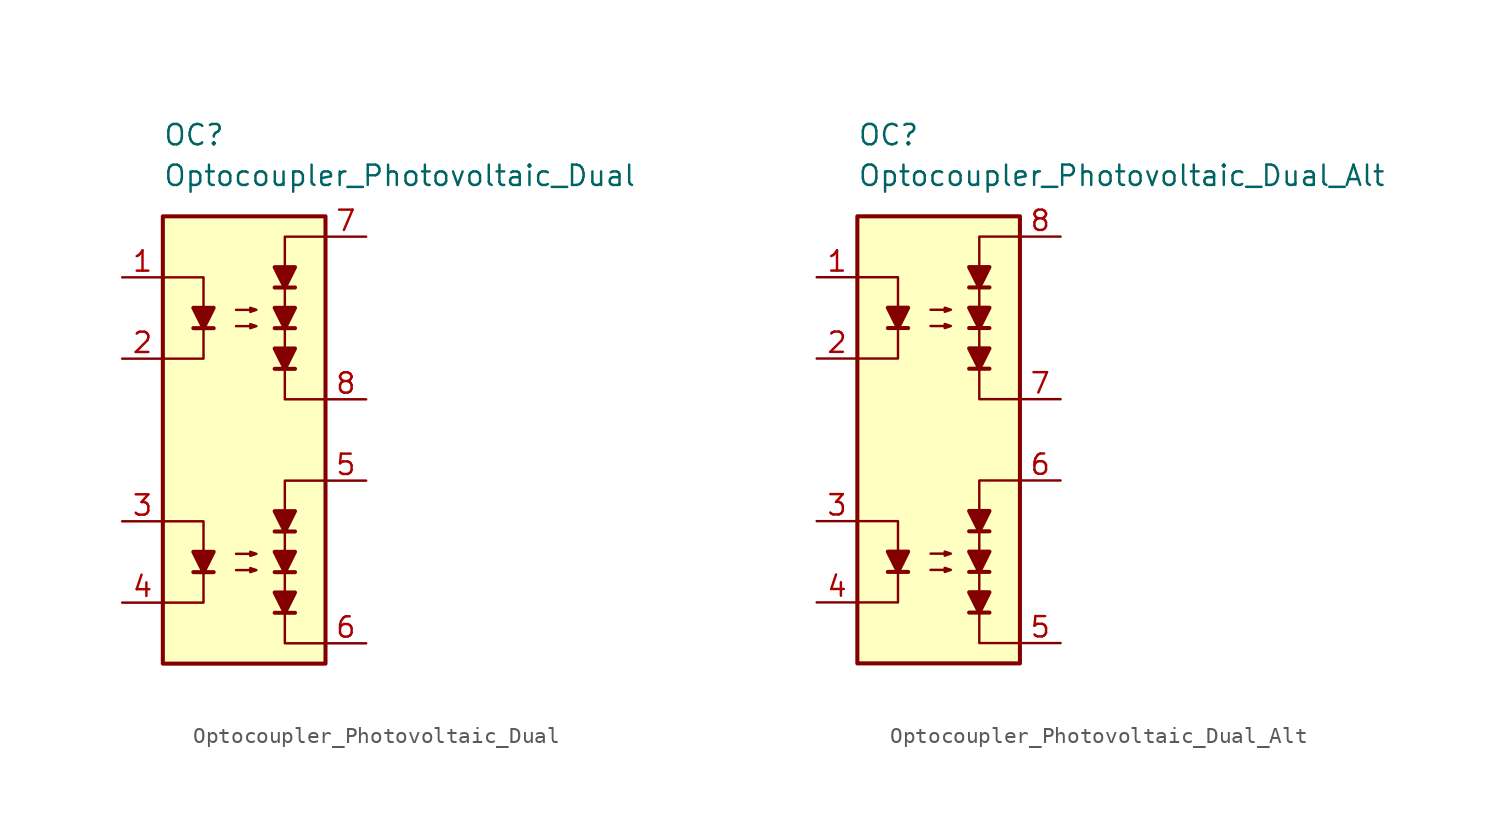
<source format=kicad_sym>
(kicad_symbol_lib
  (version 20231120)
  (generator "kicad_symbol_editor")
  (generator_version "8.0")
  (symbol "Optocoupler_Photovoltaic_Dual"
    (pin_names
      (offset 1.016))
    (property "Reference" "OC"
      (at -5.08 19.05 0)
      (effects (font (size 1.27 1.27)) (justify left)))
    (property "Value" "Optocoupler_Photovoltaic_Dual"
      (at -5.08 16.51 0)
      (effects (font (size 1.27 1.27)) (justify left)))
    (symbol "Optocoupler_Photovoltaic_Dual_0_0"
      (polyline (pts (xy 5.08 2.54) (xy 2.54 2.54) (xy 2.54 12.7) (xy 5.08 12.7)) (stroke (width 0) (type default)) (fill (type none))))
    (symbol "Optocoupler_Photovoltaic_Dual_0_1"
      (rectangle (start -5.08 13.97) (end 5.08 -13.97) (stroke (width 0.254) (type default)) (fill (type background)))
      (polyline (pts (xy -3.175 6.985) (xy -1.905 6.985)) (stroke (width 0.254) (type default)) (fill (type none)))
      (polyline (pts (xy -5.08 10.16) (xy -2.54 10.16) (xy -2.54 6.985)) (stroke (width 0) (type default)) (fill (type none)))
      (polyline (pts (xy -2.54 6.985) (xy -2.54 5.08) (xy -5.08 5.08)) (stroke (width 0) (type default)) (fill (type none)))
      (polyline (pts (xy -2.54 6.985) (xy -3.175 8.255) (xy -1.905 8.255) (xy -2.54 6.985)) (stroke (width 0.254) (type default)) (fill (type outline)))
      (polyline (pts (xy -0.508 7.112) (xy 0.762 7.112) (xy 0.381 6.985) (xy 0.381 7.239) (xy 0.762 7.112)) (stroke (width 0) (type default)) (fill (type none)))
      (polyline (pts (xy -0.508 8.128) (xy 0.762 8.128) (xy 0.381 8.001) (xy 0.381 8.255) (xy 0.762 8.128)) (stroke (width 0) (type default)) (fill (type none))))
    (symbol "Optocoupler_Photovoltaic_Dual_1_1"
      (polyline (pts (xy -3.175 -8.255) (xy -1.905 -8.255)) (stroke (width 0.254) (type default)) (fill (type none)))
      (polyline (pts (xy 1.905 -10.795) (xy 3.175 -10.795)) (stroke (width 0.254) (type default)) (fill (type none)))
      (polyline (pts (xy 1.905 -8.255) (xy 3.175 -8.255)) (stroke (width 0.254) (type default)) (fill (type none)))
      (polyline (pts (xy 1.905 -5.715) (xy 3.175 -5.715)) (stroke (width 0.254) (type default)) (fill (type none)))
      (polyline (pts (xy 1.905 4.445) (xy 3.175 4.445)) (stroke (width 0.254) (type default)) (fill (type none)))
      (polyline (pts (xy 1.905 6.985) (xy 3.175 6.985)) (stroke (width 0.254) (type default)) (fill (type none)))
      (polyline (pts (xy 1.905 9.525) (xy 3.175 9.525)) (stroke (width 0.254) (type default)) (fill (type none)))
      (polyline (pts (xy -5.08 -5.08) (xy -2.54 -5.08) (xy -2.54 -8.255)) (stroke (width 0) (type default)) (fill (type none)))
      (polyline (pts (xy -2.54 -8.255) (xy -2.54 -10.16) (xy -5.08 -10.16)) (stroke (width 0) (type default)) (fill (type none)))
      (polyline (pts (xy -2.54 -8.255) (xy -3.175 -6.985) (xy -1.905 -6.985) (xy -2.54 -8.255)) (stroke (width 0.254) (type default)) (fill (type outline)))
      (polyline (pts (xy 2.54 -10.795) (xy 1.905 -9.525) (xy 3.175 -9.525) (xy 2.54 -10.795)) (stroke (width 0.254) (type default)) (fill (type outline)))
      (polyline (pts (xy 2.54 -8.255) (xy 1.905 -6.985) (xy 3.175 -6.985) (xy 2.54 -8.255)) (stroke (width 0.254) (type default)) (fill (type outline)))
      (polyline (pts (xy 2.54 -5.715) (xy 1.905 -4.445) (xy 3.175 -4.445) (xy 2.54 -5.715)) (stroke (width 0.254) (type default)) (fill (type outline)))
      (polyline (pts (xy 2.54 4.445) (xy 1.905 5.715) (xy 3.175 5.715) (xy 2.54 4.445)) (stroke (width 0.254) (type default)) (fill (type outline)))
      (polyline (pts (xy 2.54 6.985) (xy 1.905 8.255) (xy 3.175 8.255) (xy 2.54 6.985)) (stroke (width 0.254) (type default)) (fill (type outline)))
      (polyline (pts (xy 2.54 9.525) (xy 1.905 10.795) (xy 3.175 10.795) (xy 2.54 9.525)) (stroke (width 0.254) (type default)) (fill (type outline)))
      (polyline (pts (xy 5.08 -12.7) (xy 2.54 -12.7) (xy 2.54 -2.54) (xy 5.08 -2.54)) (stroke (width 0) (type default)) (fill (type none)))
      (polyline (pts (xy -0.508 -8.128) (xy 0.762 -8.128) (xy 0.381 -8.255) (xy 0.381 -8.001) (xy 0.762 -8.128)) (stroke (width 0) (type default)) (fill (type none)))
      (polyline (pts (xy -0.508 -7.112) (xy 0.762 -7.112) (xy 0.381 -7.239) (xy 0.381 -6.985) (xy 0.762 -7.112)) (stroke (width 0) (type default)) (fill (type none)))
      (pin passive line (at -7.62 10.16 0) (length 2.54) (name "~" (effects (font (size 1.27 1.27)))) (number "1" (effects (font (size 1.27 1.27)))))
      (pin passive line (at -7.62 5.08 0) (length 2.54) (name "~" (effects (font (size 1.27 1.27)))) (number "2" (effects (font (size 1.27 1.27)))))
      (pin passive line (at -7.62 -5.08 0) (length 2.54) (name "~" (effects (font (size 1.27 1.27)))) (number "3" (effects (font (size 1.27 1.27)))))
      (pin passive line (at -7.62 -10.16 0) (length 2.54) (name "~" (effects (font (size 1.27 1.27)))) (number "4" (effects (font (size 1.27 1.27)))))
      (pin passive line (at 7.62 -2.54 180) (length 2.54) (name "~" (effects (font (size 1.27 1.27)))) (number "5" (effects (font (size 1.27 1.27)))))
      (pin passive line (at 7.62 -12.7 180) (length 2.54) (name "~" (effects (font (size 1.27 1.27)))) (number "6" (effects (font (size 1.27 1.27)))))
      (pin passive line (at 7.62 12.7 180) (length 2.54) (name "~" (effects (font (size 1.27 1.27)))) (number "7" (effects (font (size 1.27 1.27)))))
      (pin passive line (at 7.62 2.54 180) (length 2.54) (name "~" (effects (font (size 1.27 1.27)))) (number "8" (effects (font (size 1.27 1.27)))))))
  (symbol "Optocoupler_Photovoltaic_Dual_Alt"
    (pin_names
      (offset 1.016))
    (property "Reference" "OC"
      (at -5.08 19.05 0)
      (effects (font (size 1.27 1.27)) (justify left)))
    (property "Value" "Optocoupler_Photovoltaic_Dual_Alt"
      (at -5.08 16.51 0)
      (effects (font (size 1.27 1.27)) (justify left)))
    (symbol "Optocoupler_Photovoltaic_Dual_Alt_0_0"
      (polyline (pts (xy 5.08 2.54) (xy 2.54 2.54) (xy 2.54 12.7) (xy 5.08 12.7)) (stroke (width 0) (type default)) (fill (type none))))
    (symbol "Optocoupler_Photovoltaic_Dual_Alt_0_1"
      (rectangle (start -5.08 13.97) (end 5.08 -13.97) (stroke (width 0.254) (type default)) (fill (type background)))
      (polyline (pts (xy -3.175 6.985) (xy -1.905 6.985)) (stroke (width 0.254) (type default)) (fill (type none)))
      (polyline (pts (xy -5.08 10.16) (xy -2.54 10.16) (xy -2.54 6.985)) (stroke (width 0) (type default)) (fill (type none)))
      (polyline (pts (xy -2.54 6.985) (xy -2.54 5.08) (xy -5.08 5.08)) (stroke (width 0) (type default)) (fill (type none)))
      (polyline (pts (xy -2.54 6.985) (xy -3.175 8.255) (xy -1.905 8.255) (xy -2.54 6.985)) (stroke (width 0.254) (type default)) (fill (type outline)))
      (polyline (pts (xy -0.508 7.112) (xy 0.762 7.112) (xy 0.381 6.985) (xy 0.381 7.239) (xy 0.762 7.112)) (stroke (width 0) (type default)) (fill (type none)))
      (polyline (pts (xy -0.508 8.128) (xy 0.762 8.128) (xy 0.381 8.001) (xy 0.381 8.255) (xy 0.762 8.128)) (stroke (width 0) (type default)) (fill (type none))))
    (symbol "Optocoupler_Photovoltaic_Dual_Alt_1_1"
      (polyline (pts (xy -3.175 -8.255) (xy -1.905 -8.255)) (stroke (width 0.254) (type default)) (fill (type none)))
      (polyline (pts (xy 1.905 -10.795) (xy 3.175 -10.795)) (stroke (width 0.254) (type default)) (fill (type none)))
      (polyline (pts (xy 1.905 -8.255) (xy 3.175 -8.255)) (stroke (width 0.254) (type default)) (fill (type none)))
      (polyline (pts (xy 1.905 -5.715) (xy 3.175 -5.715)) (stroke (width 0.254) (type default)) (fill (type none)))
      (polyline (pts (xy 1.905 4.445) (xy 3.175 4.445)) (stroke (width 0.254) (type default)) (fill (type none)))
      (polyline (pts (xy 1.905 6.985) (xy 3.175 6.985)) (stroke (width 0.254) (type default)) (fill (type none)))
      (polyline (pts (xy 1.905 9.525) (xy 3.175 9.525)) (stroke (width 0.254) (type default)) (fill (type none)))
      (polyline (pts (xy -5.08 -5.08) (xy -2.54 -5.08) (xy -2.54 -8.255)) (stroke (width 0) (type default)) (fill (type none)))
      (polyline (pts (xy -2.54 -8.255) (xy -2.54 -10.16) (xy -5.08 -10.16)) (stroke (width 0) (type default)) (fill (type none)))
      (polyline (pts (xy -2.54 -8.255) (xy -3.175 -6.985) (xy -1.905 -6.985) (xy -2.54 -8.255)) (stroke (width 0.254) (type default)) (fill (type outline)))
      (polyline (pts (xy 2.54 -10.795) (xy 1.905 -9.525) (xy 3.175 -9.525) (xy 2.54 -10.795)) (stroke (width 0.254) (type default)) (fill (type outline)))
      (polyline (pts (xy 2.54 -8.255) (xy 1.905 -6.985) (xy 3.175 -6.985) (xy 2.54 -8.255)) (stroke (width 0.254) (type default)) (fill (type outline)))
      (polyline (pts (xy 2.54 -5.715) (xy 1.905 -4.445) (xy 3.175 -4.445) (xy 2.54 -5.715)) (stroke (width 0.254) (type default)) (fill (type outline)))
      (polyline (pts (xy 2.54 4.445) (xy 1.905 5.715) (xy 3.175 5.715) (xy 2.54 4.445)) (stroke (width 0.254) (type default)) (fill (type outline)))
      (polyline (pts (xy 2.54 6.985) (xy 1.905 8.255) (xy 3.175 8.255) (xy 2.54 6.985)) (stroke (width 0.254) (type default)) (fill (type outline)))
      (polyline (pts (xy 2.54 9.525) (xy 1.905 10.795) (xy 3.175 10.795) (xy 2.54 9.525)) (stroke (width 0.254) (type default)) (fill (type outline)))
      (polyline (pts (xy 5.08 -12.7) (xy 2.54 -12.7) (xy 2.54 -2.54) (xy 5.08 -2.54)) (stroke (width 0) (type default)) (fill (type none)))
      (polyline (pts (xy -0.508 -8.128) (xy 0.762 -8.128) (xy 0.381 -8.255) (xy 0.381 -8.001) (xy 0.762 -8.128)) (stroke (width 0) (type default)) (fill (type none)))
      (polyline (pts (xy -0.508 -7.112) (xy 0.762 -7.112) (xy 0.381 -7.239) (xy 0.381 -6.985) (xy 0.762 -7.112)) (stroke (width 0) (type default)) (fill (type none)))
      (pin passive line (at -7.62 10.16 0) (length 2.54) (name "~" (effects (font (size 1.27 1.27)))) (number "1" (effects (font (size 1.27 1.27)))))
      (pin passive line (at -7.62 5.08 0) (length 2.54) (name "~" (effects (font (size 1.27 1.27)))) (number "2" (effects (font (size 1.27 1.27)))))
      (pin passive line (at -7.62 -5.08 0) (length 2.54) (name "~" (effects (font (size 1.27 1.27)))) (number "3" (effects (font (size 1.27 1.27)))))
      (pin passive line (at -7.62 -10.16 0) (length 2.54) (name "~" (effects (font (size 1.27 1.27)))) (number "4" (effects (font (size 1.27 1.27)))))
      (pin passive line (at 7.62 -12.7 180) (length 2.54) (name "~" (effects (font (size 1.27 1.27)))) (number "5" (effects (font (size 1.27 1.27)))))
      (pin passive line (at 7.62 -2.54 180) (length 2.54) (name "~" (effects (font (size 1.27 1.27)))) (number "6" (effects (font (size 1.27 1.27)))))
      (pin passive line (at 7.62 2.54 180) (length 2.54) (name "~" (effects (font (size 1.27 1.27)))) (number "7" (effects (font (size 1.27 1.27)))))
      (pin passive line (at 7.62 12.7 180) (length 2.54) (name "~" (effects (font (size 1.27 1.27)))) (number "8" (effects (font (size 1.27 1.27))))))))
</source>
